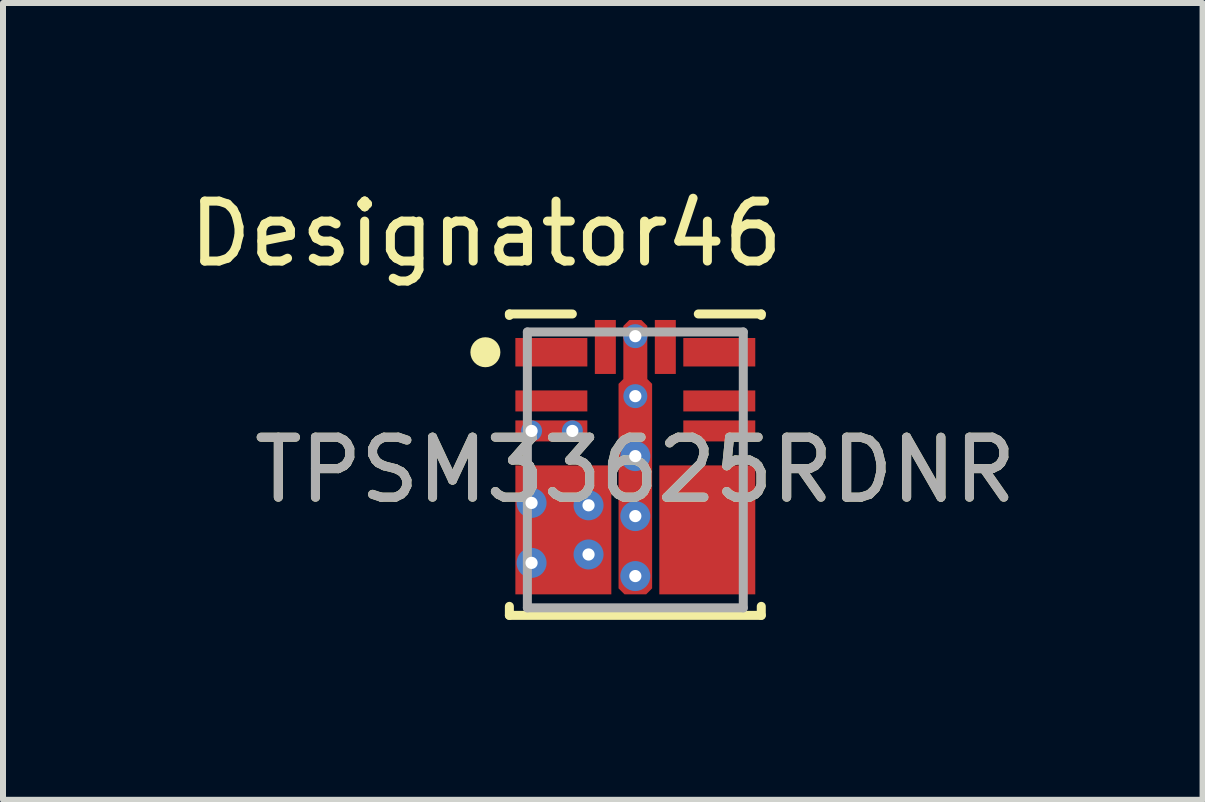
<source format=kicad_pcb>
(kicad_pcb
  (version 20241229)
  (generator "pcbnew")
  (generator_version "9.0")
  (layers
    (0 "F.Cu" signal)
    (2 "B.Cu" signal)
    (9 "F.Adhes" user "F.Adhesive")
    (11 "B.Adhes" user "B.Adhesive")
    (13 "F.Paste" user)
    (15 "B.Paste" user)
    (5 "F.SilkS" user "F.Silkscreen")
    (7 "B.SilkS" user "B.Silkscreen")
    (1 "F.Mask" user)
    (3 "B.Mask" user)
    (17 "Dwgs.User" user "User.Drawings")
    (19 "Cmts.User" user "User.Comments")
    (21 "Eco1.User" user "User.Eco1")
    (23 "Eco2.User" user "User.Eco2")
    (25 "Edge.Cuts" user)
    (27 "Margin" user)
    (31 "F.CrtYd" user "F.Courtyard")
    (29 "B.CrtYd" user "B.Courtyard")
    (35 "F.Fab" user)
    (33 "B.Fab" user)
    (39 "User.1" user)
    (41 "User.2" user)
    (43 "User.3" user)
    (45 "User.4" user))
  (footprint "TPSM33625RDNR"
    (layer "F.Cu")
    (at 7.543 4.785)
    (property "Reference" "TPSM33625RDNR" (at 0 0 0) (unlocked yes) (layer "F.SilkS") (effects (font (size 1 1) (thickness 0.15))))
    (attr through_hole)
    (fp_poly (pts (xy -0.2 -2.4) (xy -0.1 -2.5) (xy 0.1 -2.5) (xy 0.2 -2.4) (xy 0.2 -1.515) (xy 0.24 -1.475) (xy 0.24 -1.475) (xy 0.28 -1.435) (xy 0.28 1.975) (xy 0.18 2.075) (xy -0.18 2.075) (xy -0.28 1.975) (xy -0.28 -1.435) (xy -0.24 -1.475) (xy -0.24 -1.475) (xy -0.2 -1.515)) (stroke (width 0) (type solid)) (fill yes) (layer "F.Cu"))
    (fp_poly (pts (xy -1.95 -2.099) (xy -1.9 -2.15) (xy -0.9 -2.15) (xy -0.85 -2.099) (xy -0.85 -1.825) (xy -0.9 -1.774) (xy -1.9 -1.774) (xy -1.95 -1.825)) (stroke (width 0) (type solid)) (fill yes) (layer "F.Mask"))
    (fp_poly (pts (xy -1.9 -1.025) (xy -1.95 -1.075) (xy -1.95 -1.225) (xy -1.9 -1.275) (xy -0.9 -1.275) (xy -0.85 -1.225) (xy -0.85 -1.075) (xy -0.9 -1.025)) (stroke (width 0) (type solid)) (fill yes) (layer "F.Mask"))
    (fp_poly (pts (xy -0.9 -0.775) (xy -0.85 -0.725) (xy -0.85 -0.575) (xy -0.9 -0.525) (xy -1.9 -0.525) (xy -1.95 -0.575) (xy -1.95 -0.725) (xy -1.9 -0.775)) (stroke (width 0) (type solid)) (fill yes) (layer "F.Mask"))
    (fp_poly (pts (xy -0.425 -1.65) (xy -0.575 -1.65) (xy -0.625 -1.7) (xy -0.625 -2.4) (xy -0.575 -2.45) (xy -0.425 -2.45) (xy -0.375 -2.4) (xy -0.375 -1.7)) (stroke (width 0) (type solid)) (fill yes) (layer "F.Mask"))
    (fp_poly (pts (xy -0.15 -2.4) (xy -0.1 -2.45) (xy 0.1 -2.45) (xy 0.15 -2.4) (xy 0.15 -0.974) (xy 0.1 -0.924) (xy -0.1 -0.924) (xy -0.15 -0.974)) (stroke (width 0) (type solid)) (fill yes) (layer "F.Mask"))
    (fp_poly (pts (xy 0.575 -1.65) (xy 0.425 -1.65) (xy 0.375 -1.7) (xy 0.375 -2.4) (xy 0.425 -2.45) (xy 0.575 -2.45) (xy 0.625 -2.4) (xy 0.625 -1.7)) (stroke (width 0) (type solid)) (fill yes) (layer "F.Mask"))
    (fp_poly (pts (xy 0.85 -1.075) (xy 0.85 -1.225) (xy 0.9 -1.275) (xy 1.9 -1.275) (xy 1.95 -1.225) (xy 1.95 -1.075) (xy 1.9 -1.025) (xy 0.9 -1.025)) (stroke (width 0) (type solid)) (fill yes) (layer "F.Mask"))
    (fp_poly (pts (xy 0.85 -0.725) (xy 0.9 -0.775) (xy 1.9 -0.775) (xy 1.95 -0.725) (xy 1.95 -0.575) (xy 1.9 -0.525) (xy 0.9 -0.525) (xy 0.85 -0.575)) (stroke (width 0) (type solid)) (fill yes) (layer "F.Mask"))
    (fp_poly (pts (xy 1.95 -2.099) (xy 1.95 -1.825) (xy 1.9 -1.774) (xy 0.9 -1.774) (xy 0.85 -1.825) (xy 0.85 -2.099) (xy 0.9 -2.15) (xy 1.9 -2.15)) (stroke (width 0) (type solid)) (fill yes) (layer "F.Mask"))
    (fp_poly (pts (xy -0.5 2.025) (xy -0.45 1.975) (xy -0.45 0.025) (xy -0.5 -0.025) (xy -1.525 -0.025) (xy -1.575 0.025) (xy -1.575 0.125) (xy -1.625 0.175) (xy -1.9 0.175) (xy -1.95 0.225) (xy -1.95 0.375) (xy -1.9 0.425) (xy -1.625 0.425) (xy -1.575 0.475) (xy -1.575 0.625) (xy -1.625 0.675) (xy -1.9 0.675) (xy -1.95 0.725) (xy -1.95 0.875) (xy -1.9 0.925) (xy -1.625 0.925) (xy -1.575 0.975) (xy -1.575 1.125) (xy -1.625 1.175) (xy -1.9 1.175) (xy -1.95 1.225) (xy -1.95 1.375) (xy -1.9 1.425) (xy -1.625 1.425) (xy -1.575 1.475) (xy -1.575 1.625) (xy -1.625 1.675) (xy -1.9 1.675) (xy -1.95 1.725) (xy -1.95 1.875) (xy -1.9 1.925) (xy -1.625 1.925) (xy -1.575 1.975) (xy -1.575 1.975) (xy -1.525 2.025)) (stroke (width 0) (type solid)) (fill yes) (layer "F.Mask"))
    (fp_poly (pts (xy 0.5 2.025) (xy 0.45 1.975) (xy 0.45 0.025) (xy 0.5 -0.025) (xy 1.525 -0.025) (xy 1.575 0.025) (xy 1.575 0.125) (xy 1.625 0.175) (xy 1.9 0.175) (xy 1.95 0.225) (xy 1.95 0.375) (xy 1.9 0.425) (xy 1.625 0.425) (xy 1.575 0.475) (xy 1.575 0.625) (xy 1.625 0.675) (xy 1.9 0.675) (xy 1.95 0.725) (xy 1.95 0.875) (xy 1.9 0.925) (xy 1.625 0.925) (xy 1.575 0.975) (xy 1.575 1.125) (xy 1.625 1.175) (xy 1.9 1.175) (xy 1.95 1.225) (xy 1.95 1.375) (xy 1.9 1.425) (xy 1.625 1.425) (xy 1.575 1.475) (xy 1.575 1.625) (xy 1.625 1.675) (xy 1.9 1.675) (xy 1.95 1.725) (xy 1.95 1.875) (xy 1.9 1.925) (xy 1.625 1.925) (xy 1.575 1.975) (xy 1.575 1.975) (xy 1.525 2.025)) (stroke (width 0) (type solid)) (fill yes) (layer "F.Mask"))
    (fp_line (start -2.1 -2.6) (end -1.05 -2.6) (stroke (width 0.15) (type solid)) (layer "F.SilkS"))
    (fp_line (start -2.1 -2.575) (end -2.1 -2.6) (stroke (width 0.15) (type solid)) (layer "F.SilkS"))
    (fp_line (start -2.1 2.425) (end -2.1 2.275) (stroke (width 0.15) (type solid)) (layer "F.SilkS"))
    (fp_line (start -2.1 2.425) (end 2.1 2.425) (stroke (width 0.15) (type solid)) (layer "F.SilkS"))
    (fp_line (start 1.05 -2.6) (end 2.1 -2.6) (stroke (width 0.15) (type solid)) (layer "F.SilkS"))
    (fp_line (start 2.1 -2.575) (end 2.1 -2.6) (stroke (width 0.15) (type solid)) (layer "F.SilkS"))
    (fp_line (start 2.1 2.425) (end 2.1 2.275) (stroke (width 0.15) (type solid)) (layer "F.SilkS"))
    (fp_circle (center -2.5 -1.962) (end -2.375 -1.962) (stroke (width 0.25) (type solid)) (fill no) (layer "F.SilkS"))
    (fp_poly (pts (xy -1.95 -2.099) (xy -1.9 -2.15) (xy -0.9 -2.15) (xy -0.85 -2.099) (xy -0.85 -1.825) (xy -0.9 -1.774) (xy -1.9 -1.774) (xy -1.95 -1.825)) (stroke (width 0) (type solid)) (fill yes) (layer "F.Paste"))
    (fp_poly (pts (xy -1.9 -1.025) (xy -1.95 -1.075) (xy -1.95 -1.225) (xy -1.9 -1.275) (xy -0.9 -1.275) (xy -0.85 -1.225) (xy -0.85 -1.075) (xy -0.9 -1.025)) (stroke (width 0) (type solid)) (fill yes) (layer "F.Paste"))
    (fp_poly (pts (xy -1.575 0.225) (xy -1.575 0.375) (xy -1.625 0.425) (xy -1.9 0.425) (xy -1.95 0.375) (xy -1.95 0.225) (xy -1.9 0.175) (xy -1.625 0.175)) (stroke (width 0) (type solid)) (fill yes) (layer "F.Paste"))
    (fp_poly (pts (xy -1.575 0.725) (xy -1.575 0.875) (xy -1.625 0.925) (xy -1.9 0.925) (xy -1.95 0.875) (xy -1.95 0.725) (xy -1.9 0.675) (xy -1.625 0.675)) (stroke (width 0) (type solid)) (fill yes) (layer "F.Paste"))
    (fp_poly (pts (xy -1.575 1.225) (xy -1.575 1.375) (xy -1.625 1.425) (xy -1.9 1.425) (xy -1.95 1.375) (xy -1.95 1.225) (xy -1.9 1.175) (xy -1.625 1.175)) (stroke (width 0) (type solid)) (fill yes) (layer "F.Paste"))
    (fp_poly (pts (xy -1.575 1.725) (xy -1.575 1.875) (xy -1.625 1.925) (xy -1.9 1.925) (xy -1.95 1.875) (xy -1.95 1.725) (xy -1.9 1.675) (xy -1.625 1.675)) (stroke (width 0) (type solid)) (fill yes) (layer "F.Paste"))
    (fp_poly (pts (xy -1.38 0.443) (xy -1.38 0.028) (xy -1.33 -0.022) (xy -0.5 -0.022) (xy -0.45 0.028) (xy -0.45 0.443) (xy -0.5 0.493) (xy -1.33 0.493)) (stroke (width 0) (type solid)) (fill yes) (layer "F.Paste"))
    (fp_poly (pts (xy -1.33 1.31) (xy -1.38 1.26) (xy -1.38 0.74) (xy -1.33 0.69) (xy -0.5 0.69) (xy -0.45 0.74) (xy -0.45 1.26) (xy -0.5 1.31)) (stroke (width 0) (type solid)) (fill yes) (layer "F.Paste"))
    (fp_poly (pts (xy -1.33 1.512) (xy -0.5 1.512) (xy -0.45 1.562) (xy -0.45 1.977) (xy -0.5 2.027) (xy -1.33 2.027) (xy -1.38 1.977) (xy -1.38 1.562)) (stroke (width 0) (type solid)) (fill yes) (layer "F.Paste"))
    (fp_poly (pts (xy -0.9 -0.775) (xy -0.85 -0.725) (xy -0.85 -0.575) (xy -0.9 -0.525) (xy -1.9 -0.525) (xy -1.95 -0.575) (xy -1.95 -0.725) (xy -1.9 -0.775)) (stroke (width 0) (type solid)) (fill yes) (layer "F.Paste"))
    (fp_poly (pts (xy -0.425 -1.65) (xy -0.575 -1.65) (xy -0.625 -1.7) (xy -0.625 -2.4) (xy -0.575 -2.45) (xy -0.425 -2.45) (xy -0.375 -2.4) (xy -0.375 -1.7)) (stroke (width 0) (type solid)) (fill yes) (layer "F.Paste"))
    (fp_poly (pts (xy -0.15 -2.4) (xy -0.1 -2.45) (xy 0.1 -2.45) (xy 0.15 -2.4) (xy 0.15 -0.974) (xy 0.1 -0.924) (xy -0.1 -0.924) (xy -0.15 -0.974)) (stroke (width 0) (type solid)) (fill yes) (layer "F.Paste"))
    (fp_poly (pts (xy 0.45 1.26) (xy 0.45 0.74) (xy 0.5 0.69) (xy 1.33 0.69) (xy 1.38 0.74) (xy 1.38 1.26) (xy 1.33 1.31) (xy 0.5 1.31)) (stroke (width 0) (type solid)) (fill yes) (layer "F.Paste"))
    (fp_poly (pts (xy 0.575 -1.65) (xy 0.425 -1.65) (xy 0.375 -1.7) (xy 0.375 -2.4) (xy 0.425 -2.45) (xy 0.575 -2.45) (xy 0.625 -2.4) (xy 0.625 -1.7)) (stroke (width 0) (type solid)) (fill yes) (layer "F.Paste"))
    (fp_poly (pts (xy 0.85 -1.075) (xy 0.85 -1.225) (xy 0.9 -1.275) (xy 1.9 -1.275) (xy 1.95 -1.225) (xy 1.95 -1.075) (xy 1.9 -1.025) (xy 0.9 -1.025)) (stroke (width 0) (type solid)) (fill yes) (layer "F.Paste"))
    (fp_poly (pts (xy 0.85 -0.725) (xy 0.9 -0.775) (xy 1.9 -0.775) (xy 1.95 -0.725) (xy 1.95 -0.575) (xy 1.9 -0.525) (xy 0.9 -0.525) (xy 0.85 -0.575)) (stroke (width 0) (type solid)) (fill yes) (layer "F.Paste"))
    (fp_poly (pts (xy 1.33 0.493) (xy 0.5 0.493) (xy 0.45 0.443) (xy 0.45 0.028) (xy 0.5 -0.022) (xy 1.33 -0.022) (xy 1.38 0.028) (xy 1.38 0.443)) (stroke (width 0) (type solid)) (fill yes) (layer "F.Paste"))
    (fp_poly (pts (xy 1.38 1.562) (xy 1.38 1.977) (xy 1.33 2.027) (xy 0.5 2.027) (xy 0.45 1.977) (xy 0.45 1.562) (xy 0.5 1.512) (xy 1.33 1.512)) (stroke (width 0) (type solid)) (fill yes) (layer "F.Paste"))
    (fp_poly (pts (xy 1.95 0.225) (xy 1.95 0.375) (xy 1.9 0.425) (xy 1.625 0.425) (xy 1.575 0.375) (xy 1.575 0.225) (xy 1.625 0.175) (xy 1.9 0.175)) (stroke (width 0) (type solid)) (fill yes) (layer "F.Paste"))
    (fp_poly (pts (xy 1.95 0.725) (xy 1.95 0.875) (xy 1.9 0.925) (xy 1.625 0.925) (xy 1.575 0.875) (xy 1.575 0.725) (xy 1.625 0.675) (xy 1.9 0.675)) (stroke (width 0) (type solid)) (fill yes) (layer "F.Paste"))
    (fp_poly (pts (xy 1.95 1.225) (xy 1.95 1.375) (xy 1.9 1.425) (xy 1.625 1.425) (xy 1.575 1.375) (xy 1.575 1.225) (xy 1.625 1.175) (xy 1.9 1.175)) (stroke (width 0) (type solid)) (fill yes) (layer "F.Paste"))
    (fp_poly (pts (xy 1.95 1.725) (xy 1.95 1.875) (xy 1.9 1.925) (xy 1.625 1.925) (xy 1.575 1.875) (xy 1.575 1.725) (xy 1.625 1.675) (xy 1.9 1.675)) (stroke (width 0) (type solid)) (fill yes) (layer "F.Paste"))
    (fp_poly (pts (xy 1.95 -2.099) (xy 1.95 -1.825) (xy 1.9 -1.774) (xy 0.9 -1.774) (xy 0.85 -1.825) (xy 0.85 -2.099) (xy 0.9 -2.15) (xy 1.9 -2.15)) (stroke (width 0) (type solid)) (fill yes) (layer "F.Paste"))
    (fp_line (start -1.8 -2.3) (end 1.8 -2.3) (stroke (width 0.15) (type solid)) (layer "F.Fab"))
    (fp_line (start -1.8 2.3) (end -1.8 -2.3) (stroke (width 0.15) (type solid)) (layer "F.Fab"))
    (fp_line (start -1.8 2.3) (end 1.8 2.3) (stroke (width 0.15) (type solid)) (layer "F.Fab"))
    (fp_line (start 1.8 2.3) (end 1.8 -2.3) (stroke (width 0.15) (type solid)) (layer "F.Fab"))
    (fp_text user "Designator46" (at -2.489 -3.937 0) (unlocked yes) (layer "F.SilkS") (effects (font (size 1 1) (thickness 0.15))))
    (fp_text user "${REFERENCE}" (at 0 0 0) (unlocked yes) (layer "F.Fab") (effects (font (size 1 1) (thickness 0.15))))
    (pad "1" smd rect (at -1.4 -1.962) (size 1.2 0.475) (layers "F.Cu"))
    (pad "2" smd rect (at -1.4 -1.15) (size 1.2 0.35) (layers "F.Cu"))
    (pad "3" smd rect (at -1.4 -0.65) (size 1.2 0.35) (layers "F.Cu"))
    (pad "4" smd rect (at -1.2 1) (size 1.6 2.15) (layers "F.Cu"))
    (pad "5" smd rect (at 1.2 1) (size 1.6 2.15) (layers "F.Cu"))
    (pad "6" smd rect (at 1.4 -0.65) (size 1.2 0.35) (layers "F.Cu"))
    (pad "7" smd rect (at 1.4 -1.15) (size 1.2 0.35) (layers "F.Cu"))
    (pad "8" smd rect (at 1.4 -1.962) (size 1.2 0.475) (layers "F.Cu"))
    (pad "9" smd rect (at 0.5 -2.05) (size 0.35 0.9) (layers "F.Cu"))
    (pad "10" smd circle (at 0 -1.005) (size 0.504 0.504) (layers "F.Cu"))
    (pad "11" smd rect (at -0.5 -2.05) (size 0.35 0.9) (layers "F.Cu"))
    (pad "12" thru_hole circle (at -1.05 -0.65) (size 0.35 0.35) (drill 0.203) (layers "*.Cu" "*.Mask"))
    (pad "13" thru_hole circle (at -1.73 -0.65) (size 0.35 0.35) (drill 0.203) (layers "*.Cu" "*.Mask"))
    (pad "14" thru_hole circle (at -0.78 1.41) (size 0.5 0.5) (drill 0.203) (layers "*.Cu" "*.Mask"))
    (pad "15" thru_hole circle (at -0.78 0.59) (size 0.5 0.5) (drill 0.203) (layers "*.Cu" "*.Mask"))
    (pad "16" thru_hole circle (at -1.73 1.55) (size 0.5 0.5) (drill 0.203) (layers "*.Cu" "*.Mask"))
    (pad "18" thru_hole circle (at -1.73 0.55) (size 0.5 0.5) (drill 0.203) (layers "*.Cu" "*.Mask"))
    (pad "19" thru_hole circle (at 0 -2.23) (size 0.4 0.4) (drill 0.203) (layers "*.Cu" "*.Mask"))
    (pad "20" thru_hole circle (at 0 -1.23) (size 0.4 0.4) (drill 0.203) (layers "*.Cu" "*.Mask"))
    (pad "21" thru_hole circle (at 0 -0.23) (size 0.5 0.5) (drill 0.203) (layers "*.Cu" "*.Mask"))
    (pad "22" thru_hole circle (at 0 0.77) (size 0.5 0.5) (drill 0.203) (layers "*.Cu" "*.Mask"))
    (pad "23" thru_hole circle (at 0 1.77) (size 0.5 0.5) (drill 0.203) (layers "*.Cu" "*.Mask")))
  (gr_rect
    (start -3 -3)
    (end 17.001 10.285)
    (stroke (width 0.1) (type default))
    (fill no)
    (layer "Edge.Cuts")))
</source>
